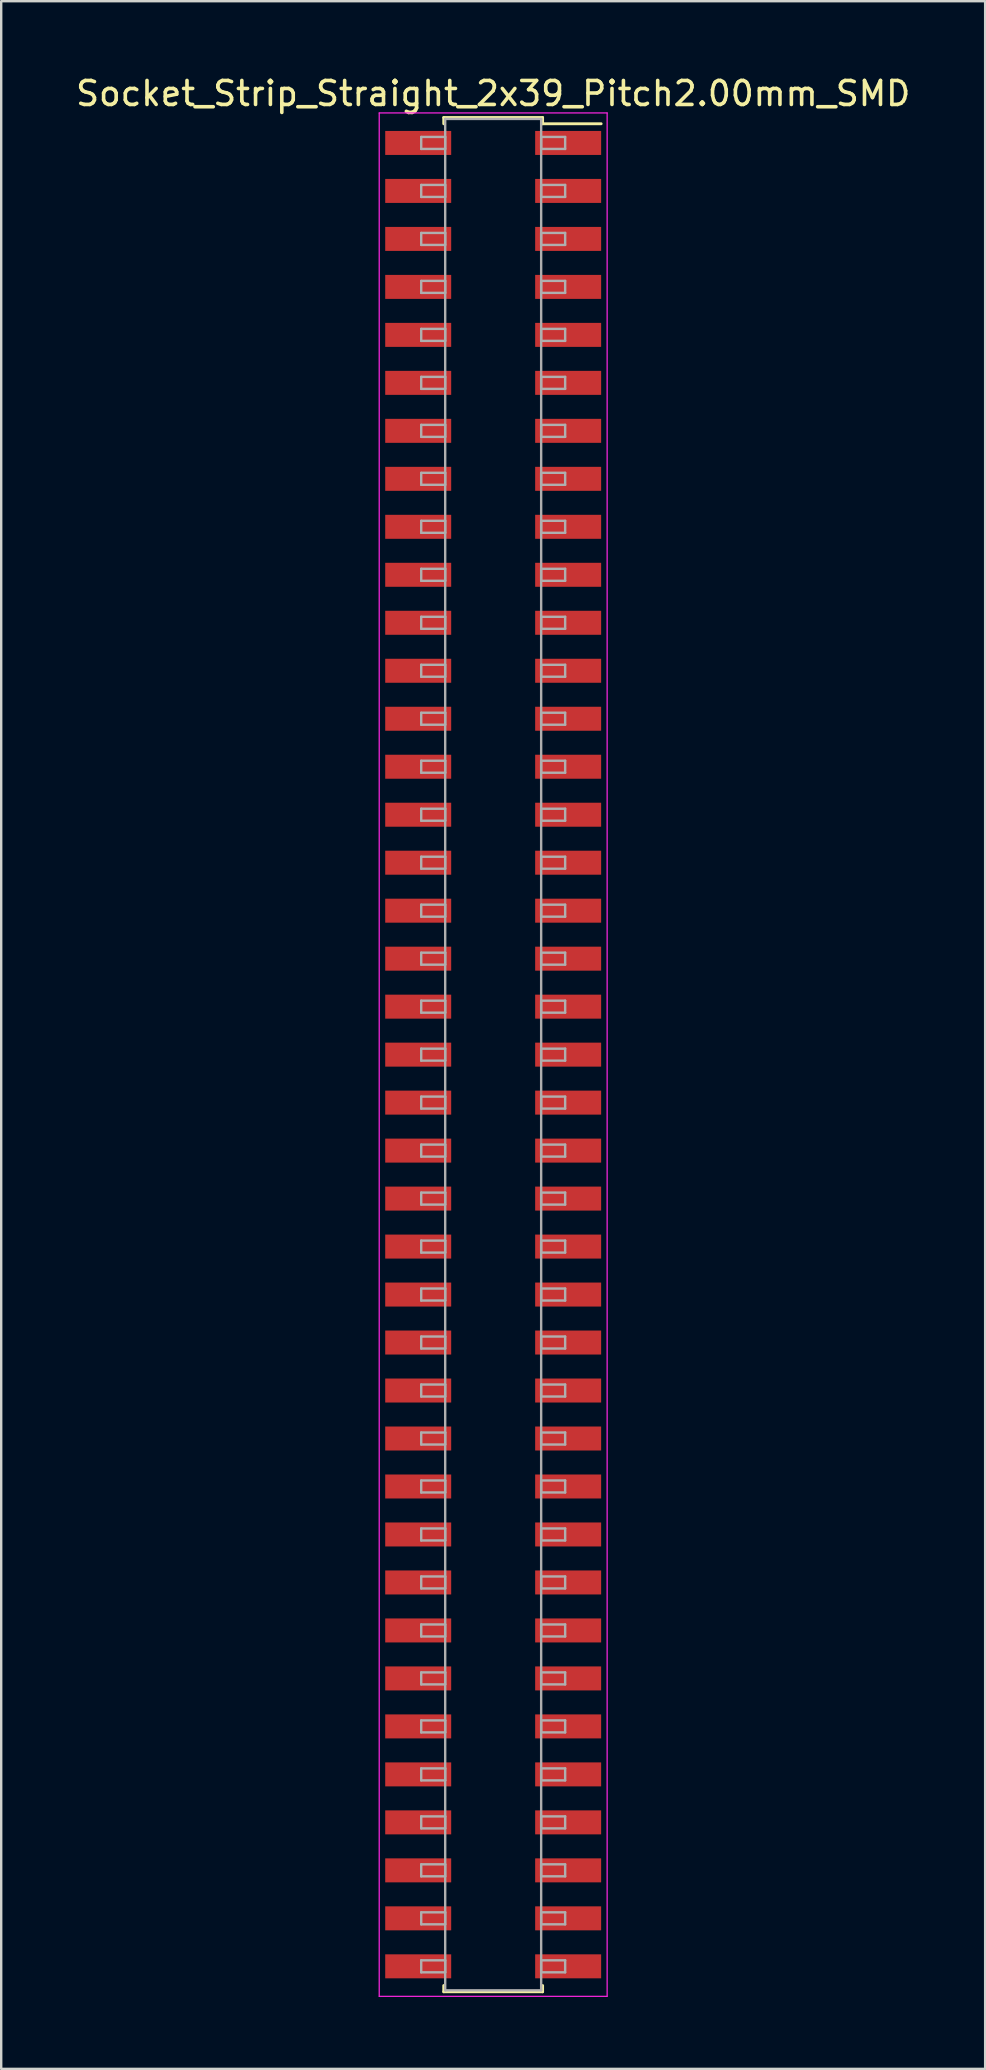
<source format=kicad_pcb>
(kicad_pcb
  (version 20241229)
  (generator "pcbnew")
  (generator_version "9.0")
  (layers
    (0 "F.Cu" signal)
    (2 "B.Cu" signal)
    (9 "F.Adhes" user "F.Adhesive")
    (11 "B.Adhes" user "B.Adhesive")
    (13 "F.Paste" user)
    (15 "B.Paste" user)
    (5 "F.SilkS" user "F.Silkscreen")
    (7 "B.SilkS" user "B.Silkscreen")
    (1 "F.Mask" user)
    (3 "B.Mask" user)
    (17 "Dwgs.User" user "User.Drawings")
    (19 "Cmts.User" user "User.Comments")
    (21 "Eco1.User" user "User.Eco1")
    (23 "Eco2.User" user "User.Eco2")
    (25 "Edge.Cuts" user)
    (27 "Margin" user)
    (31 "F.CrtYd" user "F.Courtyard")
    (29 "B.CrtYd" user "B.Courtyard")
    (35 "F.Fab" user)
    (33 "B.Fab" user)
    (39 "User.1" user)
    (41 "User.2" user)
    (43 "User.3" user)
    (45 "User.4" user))
  (footprint "Socket_Strip_Straight_2x39_Pitch2.00mm_SMD"
    (layer "F.Cu")
    (at 17.506 40.908)
    (property "Reference" "Socket_Strip_Straight_2x39_Pitch2.00mm_SMD" (at 0 -40.06 0) (layer "F.SilkS") (effects (font (size 1 1) (thickness 0.15))))
    (attr smd)
    (fp_line (start -2.06 -39.06) (end 2.06 -39.06) (stroke (width 0.12) (type solid)) (layer "F.SilkS"))
    (fp_line (start -2.06 -38.8) (end -2.06 -39.06) (stroke (width 0.12) (type solid)) (layer "F.SilkS"))
    (fp_line (start -2.06 38.8) (end -2.06 39.06) (stroke (width 0.12) (type solid)) (layer "F.SilkS"))
    (fp_line (start -2.06 39.06) (end 2.06 39.06) (stroke (width 0.12) (type solid)) (layer "F.SilkS"))
    (fp_line (start 2.06 -39.06) (end 2.06 -38.8) (stroke (width 0.12) (type solid)) (layer "F.SilkS"))
    (fp_line (start 2.06 39.06) (end 2.06 38.8) (stroke (width 0.12) (type solid)) (layer "F.SilkS"))
    (fp_line (start 4.5 -38.8) (end 2.06 -38.8) (stroke (width 0.12) (type solid)) (layer "F.SilkS"))
    (fp_line (start -4.75 -39.25) (end -4.75 39.25) (stroke (width 0.05) (type solid)) (layer "F.CrtYd"))
    (fp_line (start -4.75 39.25) (end 4.75 39.25) (stroke (width 0.05) (type solid)) (layer "F.CrtYd"))
    (fp_line (start 4.75 -39.25) (end -4.75 -39.25) (stroke (width 0.05) (type solid)) (layer "F.CrtYd"))
    (fp_line (start 4.75 39.25) (end 4.75 -39.25) (stroke (width 0.05) (type solid)) (layer "F.CrtYd"))
    (fp_line (start -3 -38.25) (end -2 -38.25) (stroke (width 0.1) (type solid)) (layer "F.Fab"))
    (fp_line (start -3 -37.75) (end -3 -38.25) (stroke (width 0.1) (type solid)) (layer "F.Fab"))
    (fp_line (start -3 -36.25) (end -2 -36.25) (stroke (width 0.1) (type solid)) (layer "F.Fab"))
    (fp_line (start -3 -35.75) (end -3 -36.25) (stroke (width 0.1) (type solid)) (layer "F.Fab"))
    (fp_line (start -3 -34.25) (end -2 -34.25) (stroke (width 0.1) (type solid)) (layer "F.Fab"))
    (fp_line (start -3 -33.75) (end -3 -34.25) (stroke (width 0.1) (type solid)) (layer "F.Fab"))
    (fp_line (start -3 -32.25) (end -2 -32.25) (stroke (width 0.1) (type solid)) (layer "F.Fab"))
    (fp_line (start -3 -31.75) (end -3 -32.25) (stroke (width 0.1) (type solid)) (layer "F.Fab"))
    (fp_line (start -3 -30.25) (end -2 -30.25) (stroke (width 0.1) (type solid)) (layer "F.Fab"))
    (fp_line (start -3 -29.75) (end -3 -30.25) (stroke (width 0.1) (type solid)) (layer "F.Fab"))
    (fp_line (start -3 -28.25) (end -2 -28.25) (stroke (width 0.1) (type solid)) (layer "F.Fab"))
    (fp_line (start -3 -27.75) (end -3 -28.25) (stroke (width 0.1) (type solid)) (layer "F.Fab"))
    (fp_line (start -3 -26.25) (end -2 -26.25) (stroke (width 0.1) (type solid)) (layer "F.Fab"))
    (fp_line (start -3 -25.75) (end -3 -26.25) (stroke (width 0.1) (type solid)) (layer "F.Fab"))
    (fp_line (start -3 -24.25) (end -2 -24.25) (stroke (width 0.1) (type solid)) (layer "F.Fab"))
    (fp_line (start -3 -23.75) (end -3 -24.25) (stroke (width 0.1) (type solid)) (layer "F.Fab"))
    (fp_line (start -3 -22.25) (end -2 -22.25) (stroke (width 0.1) (type solid)) (layer "F.Fab"))
    (fp_line (start -3 -21.75) (end -3 -22.25) (stroke (width 0.1) (type solid)) (layer "F.Fab"))
    (fp_line (start -3 -20.25) (end -2 -20.25) (stroke (width 0.1) (type solid)) (layer "F.Fab"))
    (fp_line (start -3 -19.75) (end -3 -20.25) (stroke (width 0.1) (type solid)) (layer "F.Fab"))
    (fp_line (start -3 -18.25) (end -2 -18.25) (stroke (width 0.1) (type solid)) (layer "F.Fab"))
    (fp_line (start -3 -17.75) (end -3 -18.25) (stroke (width 0.1) (type solid)) (layer "F.Fab"))
    (fp_line (start -3 -16.25) (end -2 -16.25) (stroke (width 0.1) (type solid)) (layer "F.Fab"))
    (fp_line (start -3 -15.75) (end -3 -16.25) (stroke (width 0.1) (type solid)) (layer "F.Fab"))
    (fp_line (start -3 -14.25) (end -2 -14.25) (stroke (width 0.1) (type solid)) (layer "F.Fab"))
    (fp_line (start -3 -13.75) (end -3 -14.25) (stroke (width 0.1) (type solid)) (layer "F.Fab"))
    (fp_line (start -3 -12.25) (end -2 -12.25) (stroke (width 0.1) (type solid)) (layer "F.Fab"))
    (fp_line (start -3 -11.75) (end -3 -12.25) (stroke (width 0.1) (type solid)) (layer "F.Fab"))
    (fp_line (start -3 -10.25) (end -2 -10.25) (stroke (width 0.1) (type solid)) (layer "F.Fab"))
    (fp_line (start -3 -9.75) (end -3 -10.25) (stroke (width 0.1) (type solid)) (layer "F.Fab"))
    (fp_line (start -3 -8.25) (end -2 -8.25) (stroke (width 0.1) (type solid)) (layer "F.Fab"))
    (fp_line (start -3 -7.75) (end -3 -8.25) (stroke (width 0.1) (type solid)) (layer "F.Fab"))
    (fp_line (start -3 -6.25) (end -2 -6.25) (stroke (width 0.1) (type solid)) (layer "F.Fab"))
    (fp_line (start -3 -5.75) (end -3 -6.25) (stroke (width 0.1) (type solid)) (layer "F.Fab"))
    (fp_line (start -3 -4.25) (end -2 -4.25) (stroke (width 0.1) (type solid)) (layer "F.Fab"))
    (fp_line (start -3 -3.75) (end -3 -4.25) (stroke (width 0.1) (type solid)) (layer "F.Fab"))
    (fp_line (start -3 -2.25) (end -2 -2.25) (stroke (width 0.1) (type solid)) (layer "F.Fab"))
    (fp_line (start -3 -1.75) (end -3 -2.25) (stroke (width 0.1) (type solid)) (layer "F.Fab"))
    (fp_line (start -3 -0.25) (end -2 -0.25) (stroke (width 0.1) (type solid)) (layer "F.Fab"))
    (fp_line (start -3 0.25) (end -3 -0.25) (stroke (width 0.1) (type solid)) (layer "F.Fab"))
    (fp_line (start -3 1.75) (end -2 1.75) (stroke (width 0.1) (type solid)) (layer "F.Fab"))
    (fp_line (start -3 2.25) (end -3 1.75) (stroke (width 0.1) (type solid)) (layer "F.Fab"))
    (fp_line (start -3 3.75) (end -2 3.75) (stroke (width 0.1) (type solid)) (layer "F.Fab"))
    (fp_line (start -3 4.25) (end -3 3.75) (stroke (width 0.1) (type solid)) (layer "F.Fab"))
    (fp_line (start -3 5.75) (end -2 5.75) (stroke (width 0.1) (type solid)) (layer "F.Fab"))
    (fp_line (start -3 6.25) (end -3 5.75) (stroke (width 0.1) (type solid)) (layer "F.Fab"))
    (fp_line (start -3 7.75) (end -2 7.75) (stroke (width 0.1) (type solid)) (layer "F.Fab"))
    (fp_line (start -3 8.25) (end -3 7.75) (stroke (width 0.1) (type solid)) (layer "F.Fab"))
    (fp_line (start -3 9.75) (end -2 9.75) (stroke (width 0.1) (type solid)) (layer "F.Fab"))
    (fp_line (start -3 10.25) (end -3 9.75) (stroke (width 0.1) (type solid)) (layer "F.Fab"))
    (fp_line (start -3 11.75) (end -2 11.75) (stroke (width 0.1) (type solid)) (layer "F.Fab"))
    (fp_line (start -3 12.25) (end -3 11.75) (stroke (width 0.1) (type solid)) (layer "F.Fab"))
    (fp_line (start -3 13.75) (end -2 13.75) (stroke (width 0.1) (type solid)) (layer "F.Fab"))
    (fp_line (start -3 14.25) (end -3 13.75) (stroke (width 0.1) (type solid)) (layer "F.Fab"))
    (fp_line (start -3 15.75) (end -2 15.75) (stroke (width 0.1) (type solid)) (layer "F.Fab"))
    (fp_line (start -3 16.25) (end -3 15.75) (stroke (width 0.1) (type solid)) (layer "F.Fab"))
    (fp_line (start -3 17.75) (end -2 17.75) (stroke (width 0.1) (type solid)) (layer "F.Fab"))
    (fp_line (start -3 18.25) (end -3 17.75) (stroke (width 0.1) (type solid)) (layer "F.Fab"))
    (fp_line (start -3 19.75) (end -2 19.75) (stroke (width 0.1) (type solid)) (layer "F.Fab"))
    (fp_line (start -3 20.25) (end -3 19.75) (stroke (width 0.1) (type solid)) (layer "F.Fab"))
    (fp_line (start -3 21.75) (end -2 21.75) (stroke (width 0.1) (type solid)) (layer "F.Fab"))
    (fp_line (start -3 22.25) (end -3 21.75) (stroke (width 0.1) (type solid)) (layer "F.Fab"))
    (fp_line (start -3 23.75) (end -2 23.75) (stroke (width 0.1) (type solid)) (layer "F.Fab"))
    (fp_line (start -3 24.25) (end -3 23.75) (stroke (width 0.1) (type solid)) (layer "F.Fab"))
    (fp_line (start -3 25.75) (end -2 25.75) (stroke (width 0.1) (type solid)) (layer "F.Fab"))
    (fp_line (start -3 26.25) (end -3 25.75) (stroke (width 0.1) (type solid)) (layer "F.Fab"))
    (fp_line (start -3 27.75) (end -2 27.75) (stroke (width 0.1) (type solid)) (layer "F.Fab"))
    (fp_line (start -3 28.25) (end -3 27.75) (stroke (width 0.1) (type solid)) (layer "F.Fab"))
    (fp_line (start -3 29.75) (end -2 29.75) (stroke (width 0.1) (type solid)) (layer "F.Fab"))
    (fp_line (start -3 30.25) (end -3 29.75) (stroke (width 0.1) (type solid)) (layer "F.Fab"))
    (fp_line (start -3 31.75) (end -2 31.75) (stroke (width 0.1) (type solid)) (layer "F.Fab"))
    (fp_line (start -3 32.25) (end -3 31.75) (stroke (width 0.1) (type solid)) (layer "F.Fab"))
    (fp_line (start -3 33.75) (end -2 33.75) (stroke (width 0.1) (type solid)) (layer "F.Fab"))
    (fp_line (start -3 34.25) (end -3 33.75) (stroke (width 0.1) (type solid)) (layer "F.Fab"))
    (fp_line (start -3 35.75) (end -2 35.75) (stroke (width 0.1) (type solid)) (layer "F.Fab"))
    (fp_line (start -3 36.25) (end -3 35.75) (stroke (width 0.1) (type solid)) (layer "F.Fab"))
    (fp_line (start -3 37.75) (end -2 37.75) (stroke (width 0.1) (type solid)) (layer "F.Fab"))
    (fp_line (start -3 38.25) (end -3 37.75) (stroke (width 0.1) (type solid)) (layer "F.Fab"))
    (fp_line (start -2 -39) (end -2 39) (stroke (width 0.1) (type solid)) (layer "F.Fab"))
    (fp_line (start -2 -38.25) (end -2 -37.75) (stroke (width 0.1) (type solid)) (layer "F.Fab"))
    (fp_line (start -2 -37.75) (end -3 -37.75) (stroke (width 0.1) (type solid)) (layer "F.Fab"))
    (fp_line (start -2 -36.25) (end -2 -35.75) (stroke (width 0.1) (type solid)) (layer "F.Fab"))
    (fp_line (start -2 -35.75) (end -3 -35.75) (stroke (width 0.1) (type solid)) (layer "F.Fab"))
    (fp_line (start -2 -34.25) (end -2 -33.75) (stroke (width 0.1) (type solid)) (layer "F.Fab"))
    (fp_line (start -2 -33.75) (end -3 -33.75) (stroke (width 0.1) (type solid)) (layer "F.Fab"))
    (fp_line (start -2 -32.25) (end -2 -31.75) (stroke (width 0.1) (type solid)) (layer "F.Fab"))
    (fp_line (start -2 -31.75) (end -3 -31.75) (stroke (width 0.1) (type solid)) (layer "F.Fab"))
    (fp_line (start -2 -30.25) (end -2 -29.75) (stroke (width 0.1) (type solid)) (layer "F.Fab"))
    (fp_line (start -2 -29.75) (end -3 -29.75) (stroke (width 0.1) (type solid)) (layer "F.Fab"))
    (fp_line (start -2 -28.25) (end -2 -27.75) (stroke (width 0.1) (type solid)) (layer "F.Fab"))
    (fp_line (start -2 -27.75) (end -3 -27.75) (stroke (width 0.1) (type solid)) (layer "F.Fab"))
    (fp_line (start -2 -26.25) (end -2 -25.75) (stroke (width 0.1) (type solid)) (layer "F.Fab"))
    (fp_line (start -2 -25.75) (end -3 -25.75) (stroke (width 0.1) (type solid)) (layer "F.Fab"))
    (fp_line (start -2 -24.25) (end -2 -23.75) (stroke (width 0.1) (type solid)) (layer "F.Fab"))
    (fp_line (start -2 -23.75) (end -3 -23.75) (stroke (width 0.1) (type solid)) (layer "F.Fab"))
    (fp_line (start -2 -22.25) (end -2 -21.75) (stroke (width 0.1) (type solid)) (layer "F.Fab"))
    (fp_line (start -2 -21.75) (end -3 -21.75) (stroke (width 0.1) (type solid)) (layer "F.Fab"))
    (fp_line (start -2 -20.25) (end -2 -19.75) (stroke (width 0.1) (type solid)) (layer "F.Fab"))
    (fp_line (start -2 -19.75) (end -3 -19.75) (stroke (width 0.1) (type solid)) (layer "F.Fab"))
    (fp_line (start -2 -18.25) (end -2 -17.75) (stroke (width 0.1) (type solid)) (layer "F.Fab"))
    (fp_line (start -2 -17.75) (end -3 -17.75) (stroke (width 0.1) (type solid)) (layer "F.Fab"))
    (fp_line (start -2 -16.25) (end -2 -15.75) (stroke (width 0.1) (type solid)) (layer "F.Fab"))
    (fp_line (start -2 -15.75) (end -3 -15.75) (stroke (width 0.1) (type solid)) (layer "F.Fab"))
    (fp_line (start -2 -14.25) (end -2 -13.75) (stroke (width 0.1) (type solid)) (layer "F.Fab"))
    (fp_line (start -2 -13.75) (end -3 -13.75) (stroke (width 0.1) (type solid)) (layer "F.Fab"))
    (fp_line (start -2 -12.25) (end -2 -11.75) (stroke (width 0.1) (type solid)) (layer "F.Fab"))
    (fp_line (start -2 -11.75) (end -3 -11.75) (stroke (width 0.1) (type solid)) (layer "F.Fab"))
    (fp_line (start -2 -10.25) (end -2 -9.75) (stroke (width 0.1) (type solid)) (layer "F.Fab"))
    (fp_line (start -2 -9.75) (end -3 -9.75) (stroke (width 0.1) (type solid)) (layer "F.Fab"))
    (fp_line (start -2 -8.25) (end -2 -7.75) (stroke (width 0.1) (type solid)) (layer "F.Fab"))
    (fp_line (start -2 -7.75) (end -3 -7.75) (stroke (width 0.1) (type solid)) (layer "F.Fab"))
    (fp_line (start -2 -6.25) (end -2 -5.75) (stroke (width 0.1) (type solid)) (layer "F.Fab"))
    (fp_line (start -2 -5.75) (end -3 -5.75) (stroke (width 0.1) (type solid)) (layer "F.Fab"))
    (fp_line (start -2 -4.25) (end -2 -3.75) (stroke (width 0.1) (type solid)) (layer "F.Fab"))
    (fp_line (start -2 -3.75) (end -3 -3.75) (stroke (width 0.1) (type solid)) (layer "F.Fab"))
    (fp_line (start -2 -2.25) (end -2 -1.75) (stroke (width 0.1) (type solid)) (layer "F.Fab"))
    (fp_line (start -2 -1.75) (end -3 -1.75) (stroke (width 0.1) (type solid)) (layer "F.Fab"))
    (fp_line (start -2 -0.25) (end -2 0.25) (stroke (width 0.1) (type solid)) (layer "F.Fab"))
    (fp_line (start -2 0.25) (end -3 0.25) (stroke (width 0.1) (type solid)) (layer "F.Fab"))
    (fp_line (start -2 1.75) (end -2 2.25) (stroke (width 0.1) (type solid)) (layer "F.Fab"))
    (fp_line (start -2 2.25) (end -3 2.25) (stroke (width 0.1) (type solid)) (layer "F.Fab"))
    (fp_line (start -2 3.75) (end -2 4.25) (stroke (width 0.1) (type solid)) (layer "F.Fab"))
    (fp_line (start -2 4.25) (end -3 4.25) (stroke (width 0.1) (type solid)) (layer "F.Fab"))
    (fp_line (start -2 5.75) (end -2 6.25) (stroke (width 0.1) (type solid)) (layer "F.Fab"))
    (fp_line (start -2 6.25) (end -3 6.25) (stroke (width 0.1) (type solid)) (layer "F.Fab"))
    (fp_line (start -2 7.75) (end -2 8.25) (stroke (width 0.1) (type solid)) (layer "F.Fab"))
    (fp_line (start -2 8.25) (end -3 8.25) (stroke (width 0.1) (type solid)) (layer "F.Fab"))
    (fp_line (start -2 9.75) (end -2 10.25) (stroke (width 0.1) (type solid)) (layer "F.Fab"))
    (fp_line (start -2 10.25) (end -3 10.25) (stroke (width 0.1) (type solid)) (layer "F.Fab"))
    (fp_line (start -2 11.75) (end -2 12.25) (stroke (width 0.1) (type solid)) (layer "F.Fab"))
    (fp_line (start -2 12.25) (end -3 12.25) (stroke (width 0.1) (type solid)) (layer "F.Fab"))
    (fp_line (start -2 13.75) (end -2 14.25) (stroke (width 0.1) (type solid)) (layer "F.Fab"))
    (fp_line (start -2 14.25) (end -3 14.25) (stroke (width 0.1) (type solid)) (layer "F.Fab"))
    (fp_line (start -2 15.75) (end -2 16.25) (stroke (width 0.1) (type solid)) (layer "F.Fab"))
    (fp_line (start -2 16.25) (end -3 16.25) (stroke (width 0.1) (type solid)) (layer "F.Fab"))
    (fp_line (start -2 17.75) (end -2 18.25) (stroke (width 0.1) (type solid)) (layer "F.Fab"))
    (fp_line (start -2 18.25) (end -3 18.25) (stroke (width 0.1) (type solid)) (layer "F.Fab"))
    (fp_line (start -2 19.75) (end -2 20.25) (stroke (width 0.1) (type solid)) (layer "F.Fab"))
    (fp_line (start -2 20.25) (end -3 20.25) (stroke (width 0.1) (type solid)) (layer "F.Fab"))
    (fp_line (start -2 21.75) (end -2 22.25) (stroke (width 0.1) (type solid)) (layer "F.Fab"))
    (fp_line (start -2 22.25) (end -3 22.25) (stroke (width 0.1) (type solid)) (layer "F.Fab"))
    (fp_line (start -2 23.75) (end -2 24.25) (stroke (width 0.1) (type solid)) (layer "F.Fab"))
    (fp_line (start -2 24.25) (end -3 24.25) (stroke (width 0.1) (type solid)) (layer "F.Fab"))
    (fp_line (start -2 25.75) (end -2 26.25) (stroke (width 0.1) (type solid)) (layer "F.Fab"))
    (fp_line (start -2 26.25) (end -3 26.25) (stroke (width 0.1) (type solid)) (layer "F.Fab"))
    (fp_line (start -2 27.75) (end -2 28.25) (stroke (width 0.1) (type solid)) (layer "F.Fab"))
    (fp_line (start -2 28.25) (end -3 28.25) (stroke (width 0.1) (type solid)) (layer "F.Fab"))
    (fp_line (start -2 29.75) (end -2 30.25) (stroke (width 0.1) (type solid)) (layer "F.Fab"))
    (fp_line (start -2 30.25) (end -3 30.25) (stroke (width 0.1) (type solid)) (layer "F.Fab"))
    (fp_line (start -2 31.75) (end -2 32.25) (stroke (width 0.1) (type solid)) (layer "F.Fab"))
    (fp_line (start -2 32.25) (end -3 32.25) (stroke (width 0.1) (type solid)) (layer "F.Fab"))
    (fp_line (start -2 33.75) (end -2 34.25) (stroke (width 0.1) (type solid)) (layer "F.Fab"))
    (fp_line (start -2 34.25) (end -3 34.25) (stroke (width 0.1) (type solid)) (layer "F.Fab"))
    (fp_line (start -2 35.75) (end -2 36.25) (stroke (width 0.1) (type solid)) (layer "F.Fab"))
    (fp_line (start -2 36.25) (end -3 36.25) (stroke (width 0.1) (type solid)) (layer "F.Fab"))
    (fp_line (start -2 37.75) (end -2 38.25) (stroke (width 0.1) (type solid)) (layer "F.Fab"))
    (fp_line (start -2 38.25) (end -3 38.25) (stroke (width 0.1) (type solid)) (layer "F.Fab"))
    (fp_line (start -2 39) (end 2 39) (stroke (width 0.1) (type solid)) (layer "F.Fab"))
    (fp_line (start 2 -39) (end -2 -39) (stroke (width 0.1) (type solid)) (layer "F.Fab"))
    (fp_line (start 2 -38.25) (end 2 -37.75) (stroke (width 0.1) (type solid)) (layer "F.Fab"))
    (fp_line (start 2 -37.75) (end 3 -37.75) (stroke (width 0.1) (type solid)) (layer "F.Fab"))
    (fp_line (start 2 -36.25) (end 2 -35.75) (stroke (width 0.1) (type solid)) (layer "F.Fab"))
    (fp_line (start 2 -35.75) (end 3 -35.75) (stroke (width 0.1) (type solid)) (layer "F.Fab"))
    (fp_line (start 2 -34.25) (end 2 -33.75) (stroke (width 0.1) (type solid)) (layer "F.Fab"))
    (fp_line (start 2 -33.75) (end 3 -33.75) (stroke (width 0.1) (type solid)) (layer "F.Fab"))
    (fp_line (start 2 -32.25) (end 2 -31.75) (stroke (width 0.1) (type solid)) (layer "F.Fab"))
    (fp_line (start 2 -31.75) (end 3 -31.75) (stroke (width 0.1) (type solid)) (layer "F.Fab"))
    (fp_line (start 2 -30.25) (end 2 -29.75) (stroke (width 0.1) (type solid)) (layer "F.Fab"))
    (fp_line (start 2 -29.75) (end 3 -29.75) (stroke (width 0.1) (type solid)) (layer "F.Fab"))
    (fp_line (start 2 -28.25) (end 2 -27.75) (stroke (width 0.1) (type solid)) (layer "F.Fab"))
    (fp_line (start 2 -27.75) (end 3 -27.75) (stroke (width 0.1) (type solid)) (layer "F.Fab"))
    (fp_line (start 2 -26.25) (end 2 -25.75) (stroke (width 0.1) (type solid)) (layer "F.Fab"))
    (fp_line (start 2 -25.75) (end 3 -25.75) (stroke (width 0.1) (type solid)) (layer "F.Fab"))
    (fp_line (start 2 -24.25) (end 2 -23.75) (stroke (width 0.1) (type solid)) (layer "F.Fab"))
    (fp_line (start 2 -23.75) (end 3 -23.75) (stroke (width 0.1) (type solid)) (layer "F.Fab"))
    (fp_line (start 2 -22.25) (end 2 -21.75) (stroke (width 0.1) (type solid)) (layer "F.Fab"))
    (fp_line (start 2 -21.75) (end 3 -21.75) (stroke (width 0.1) (type solid)) (layer "F.Fab"))
    (fp_line (start 2 -20.25) (end 2 -19.75) (stroke (width 0.1) (type solid)) (layer "F.Fab"))
    (fp_line (start 2 -19.75) (end 3 -19.75) (stroke (width 0.1) (type solid)) (layer "F.Fab"))
    (fp_line (start 2 -18.25) (end 2 -17.75) (stroke (width 0.1) (type solid)) (layer "F.Fab"))
    (fp_line (start 2 -17.75) (end 3 -17.75) (stroke (width 0.1) (type solid)) (layer "F.Fab"))
    (fp_line (start 2 -16.25) (end 2 -15.75) (stroke (width 0.1) (type solid)) (layer "F.Fab"))
    (fp_line (start 2 -15.75) (end 3 -15.75) (stroke (width 0.1) (type solid)) (layer "F.Fab"))
    (fp_line (start 2 -14.25) (end 2 -13.75) (stroke (width 0.1) (type solid)) (layer "F.Fab"))
    (fp_line (start 2 -13.75) (end 3 -13.75) (stroke (width 0.1) (type solid)) (layer "F.Fab"))
    (fp_line (start 2 -12.25) (end 2 -11.75) (stroke (width 0.1) (type solid)) (layer "F.Fab"))
    (fp_line (start 2 -11.75) (end 3 -11.75) (stroke (width 0.1) (type solid)) (layer "F.Fab"))
    (fp_line (start 2 -10.25) (end 2 -9.75) (stroke (width 0.1) (type solid)) (layer "F.Fab"))
    (fp_line (start 2 -9.75) (end 3 -9.75) (stroke (width 0.1) (type solid)) (layer "F.Fab"))
    (fp_line (start 2 -8.25) (end 2 -7.75) (stroke (width 0.1) (type solid)) (layer "F.Fab"))
    (fp_line (start 2 -7.75) (end 3 -7.75) (stroke (width 0.1) (type solid)) (layer "F.Fab"))
    (fp_line (start 2 -6.25) (end 2 -5.75) (stroke (width 0.1) (type solid)) (layer "F.Fab"))
    (fp_line (start 2 -5.75) (end 3 -5.75) (stroke (width 0.1) (type solid)) (layer "F.Fab"))
    (fp_line (start 2 -4.25) (end 2 -3.75) (stroke (width 0.1) (type solid)) (layer "F.Fab"))
    (fp_line (start 2 -3.75) (end 3 -3.75) (stroke (width 0.1) (type solid)) (layer "F.Fab"))
    (fp_line (start 2 -2.25) (end 2 -1.75) (stroke (width 0.1) (type solid)) (layer "F.Fab"))
    (fp_line (start 2 -1.75) (end 3 -1.75) (stroke (width 0.1) (type solid)) (layer "F.Fab"))
    (fp_line (start 2 -0.25) (end 2 0.25) (stroke (width 0.1) (type solid)) (layer "F.Fab"))
    (fp_line (start 2 0.25) (end 3 0.25) (stroke (width 0.1) (type solid)) (layer "F.Fab"))
    (fp_line (start 2 1.75) (end 2 2.25) (stroke (width 0.1) (type solid)) (layer "F.Fab"))
    (fp_line (start 2 2.25) (end 3 2.25) (stroke (width 0.1) (type solid)) (layer "F.Fab"))
    (fp_line (start 2 3.75) (end 2 4.25) (stroke (width 0.1) (type solid)) (layer "F.Fab"))
    (fp_line (start 2 4.25) (end 3 4.25) (stroke (width 0.1) (type solid)) (layer "F.Fab"))
    (fp_line (start 2 5.75) (end 2 6.25) (stroke (width 0.1) (type solid)) (layer "F.Fab"))
    (fp_line (start 2 6.25) (end 3 6.25) (stroke (width 0.1) (type solid)) (layer "F.Fab"))
    (fp_line (start 2 7.75) (end 2 8.25) (stroke (width 0.1) (type solid)) (layer "F.Fab"))
    (fp_line (start 2 8.25) (end 3 8.25) (stroke (width 0.1) (type solid)) (layer "F.Fab"))
    (fp_line (start 2 9.75) (end 2 10.25) (stroke (width 0.1) (type solid)) (layer "F.Fab"))
    (fp_line (start 2 10.25) (end 3 10.25) (stroke (width 0.1) (type solid)) (layer "F.Fab"))
    (fp_line (start 2 11.75) (end 2 12.25) (stroke (width 0.1) (type solid)) (layer "F.Fab"))
    (fp_line (start 2 12.25) (end 3 12.25) (stroke (width 0.1) (type solid)) (layer "F.Fab"))
    (fp_line (start 2 13.75) (end 2 14.25) (stroke (width 0.1) (type solid)) (layer "F.Fab"))
    (fp_line (start 2 14.25) (end 3 14.25) (stroke (width 0.1) (type solid)) (layer "F.Fab"))
    (fp_line (start 2 15.75) (end 2 16.25) (stroke (width 0.1) (type solid)) (layer "F.Fab"))
    (fp_line (start 2 16.25) (end 3 16.25) (stroke (width 0.1) (type solid)) (layer "F.Fab"))
    (fp_line (start 2 17.75) (end 2 18.25) (stroke (width 0.1) (type solid)) (layer "F.Fab"))
    (fp_line (start 2 18.25) (end 3 18.25) (stroke (width 0.1) (type solid)) (layer "F.Fab"))
    (fp_line (start 2 19.75) (end 2 20.25) (stroke (width 0.1) (type solid)) (layer "F.Fab"))
    (fp_line (start 2 20.25) (end 3 20.25) (stroke (width 0.1) (type solid)) (layer "F.Fab"))
    (fp_line (start 2 21.75) (end 2 22.25) (stroke (width 0.1) (type solid)) (layer "F.Fab"))
    (fp_line (start 2 22.25) (end 3 22.25) (stroke (width 0.1) (type solid)) (layer "F.Fab"))
    (fp_line (start 2 23.75) (end 2 24.25) (stroke (width 0.1) (type solid)) (layer "F.Fab"))
    (fp_line (start 2 24.25) (end 3 24.25) (stroke (width 0.1) (type solid)) (layer "F.Fab"))
    (fp_line (start 2 25.75) (end 2 26.25) (stroke (width 0.1) (type solid)) (layer "F.Fab"))
    (fp_line (start 2 26.25) (end 3 26.25) (stroke (width 0.1) (type solid)) (layer "F.Fab"))
    (fp_line (start 2 27.75) (end 2 28.25) (stroke (width 0.1) (type solid)) (layer "F.Fab"))
    (fp_line (start 2 28.25) (end 3 28.25) (stroke (width 0.1) (type solid)) (layer "F.Fab"))
    (fp_line (start 2 29.75) (end 2 30.25) (stroke (width 0.1) (type solid)) (layer "F.Fab"))
    (fp_line (start 2 30.25) (end 3 30.25) (stroke (width 0.1) (type solid)) (layer "F.Fab"))
    (fp_line (start 2 31.75) (end 2 32.25) (stroke (width 0.1) (type solid)) (layer "F.Fab"))
    (fp_line (start 2 32.25) (end 3 32.25) (stroke (width 0.1) (type solid)) (layer "F.Fab"))
    (fp_line (start 2 33.75) (end 2 34.25) (stroke (width 0.1) (type solid)) (layer "F.Fab"))
    (fp_line (start 2 34.25) (end 3 34.25) (stroke (width 0.1) (type solid)) (layer "F.Fab"))
    (fp_line (start 2 35.75) (end 2 36.25) (stroke (width 0.1) (type solid)) (layer "F.Fab"))
    (fp_line (start 2 36.25) (end 3 36.25) (stroke (width 0.1) (type solid)) (layer "F.Fab"))
    (fp_line (start 2 37.75) (end 2 38.25) (stroke (width 0.1) (type solid)) (layer "F.Fab"))
    (fp_line (start 2 38.25) (end 3 38.25) (stroke (width 0.1) (type solid)) (layer "F.Fab"))
    (fp_line (start 2 39) (end 2 -39) (stroke (width 0.1) (type solid)) (layer "F.Fab"))
    (fp_line (start 3 -38.25) (end 2 -38.25) (stroke (width 0.1) (type solid)) (layer "F.Fab"))
    (fp_line (start 3 -37.75) (end 3 -38.25) (stroke (width 0.1) (type solid)) (layer "F.Fab"))
    (fp_line (start 3 -36.25) (end 2 -36.25) (stroke (width 0.1) (type solid)) (layer "F.Fab"))
    (fp_line (start 3 -35.75) (end 3 -36.25) (stroke (width 0.1) (type solid)) (layer "F.Fab"))
    (fp_line (start 3 -34.25) (end 2 -34.25) (stroke (width 0.1) (type solid)) (layer "F.Fab"))
    (fp_line (start 3 -33.75) (end 3 -34.25) (stroke (width 0.1) (type solid)) (layer "F.Fab"))
    (fp_line (start 3 -32.25) (end 2 -32.25) (stroke (width 0.1) (type solid)) (layer "F.Fab"))
    (fp_line (start 3 -31.75) (end 3 -32.25) (stroke (width 0.1) (type solid)) (layer "F.Fab"))
    (fp_line (start 3 -30.25) (end 2 -30.25) (stroke (width 0.1) (type solid)) (layer "F.Fab"))
    (fp_line (start 3 -29.75) (end 3 -30.25) (stroke (width 0.1) (type solid)) (layer "F.Fab"))
    (fp_line (start 3 -28.25) (end 2 -28.25) (stroke (width 0.1) (type solid)) (layer "F.Fab"))
    (fp_line (start 3 -27.75) (end 3 -28.25) (stroke (width 0.1) (type solid)) (layer "F.Fab"))
    (fp_line (start 3 -26.25) (end 2 -26.25) (stroke (width 0.1) (type solid)) (layer "F.Fab"))
    (fp_line (start 3 -25.75) (end 3 -26.25) (stroke (width 0.1) (type solid)) (layer "F.Fab"))
    (fp_line (start 3 -24.25) (end 2 -24.25) (stroke (width 0.1) (type solid)) (layer "F.Fab"))
    (fp_line (start 3 -23.75) (end 3 -24.25) (stroke (width 0.1) (type solid)) (layer "F.Fab"))
    (fp_line (start 3 -22.25) (end 2 -22.25) (stroke (width 0.1) (type solid)) (layer "F.Fab"))
    (fp_line (start 3 -21.75) (end 3 -22.25) (stroke (width 0.1) (type solid)) (layer "F.Fab"))
    (fp_line (start 3 -20.25) (end 2 -20.25) (stroke (width 0.1) (type solid)) (layer "F.Fab"))
    (fp_line (start 3 -19.75) (end 3 -20.25) (stroke (width 0.1) (type solid)) (layer "F.Fab"))
    (fp_line (start 3 -18.25) (end 2 -18.25) (stroke (width 0.1) (type solid)) (layer "F.Fab"))
    (fp_line (start 3 -17.75) (end 3 -18.25) (stroke (width 0.1) (type solid)) (layer "F.Fab"))
    (fp_line (start 3 -16.25) (end 2 -16.25) (stroke (width 0.1) (type solid)) (layer "F.Fab"))
    (fp_line (start 3 -15.75) (end 3 -16.25) (stroke (width 0.1) (type solid)) (layer "F.Fab"))
    (fp_line (start 3 -14.25) (end 2 -14.25) (stroke (width 0.1) (type solid)) (layer "F.Fab"))
    (fp_line (start 3 -13.75) (end 3 -14.25) (stroke (width 0.1) (type solid)) (layer "F.Fab"))
    (fp_line (start 3 -12.25) (end 2 -12.25) (stroke (width 0.1) (type solid)) (layer "F.Fab"))
    (fp_line (start 3 -11.75) (end 3 -12.25) (stroke (width 0.1) (type solid)) (layer "F.Fab"))
    (fp_line (start 3 -10.25) (end 2 -10.25) (stroke (width 0.1) (type solid)) (layer "F.Fab"))
    (fp_line (start 3 -9.75) (end 3 -10.25) (stroke (width 0.1) (type solid)) (layer "F.Fab"))
    (fp_line (start 3 -8.25) (end 2 -8.25) (stroke (width 0.1) (type solid)) (layer "F.Fab"))
    (fp_line (start 3 -7.75) (end 3 -8.25) (stroke (width 0.1) (type solid)) (layer "F.Fab"))
    (fp_line (start 3 -6.25) (end 2 -6.25) (stroke (width 0.1) (type solid)) (layer "F.Fab"))
    (fp_line (start 3 -5.75) (end 3 -6.25) (stroke (width 0.1) (type solid)) (layer "F.Fab"))
    (fp_line (start 3 -4.25) (end 2 -4.25) (stroke (width 0.1) (type solid)) (layer "F.Fab"))
    (fp_line (start 3 -3.75) (end 3 -4.25) (stroke (width 0.1) (type solid)) (layer "F.Fab"))
    (fp_line (start 3 -2.25) (end 2 -2.25) (stroke (width 0.1) (type solid)) (layer "F.Fab"))
    (fp_line (start 3 -1.75) (end 3 -2.25) (stroke (width 0.1) (type solid)) (layer "F.Fab"))
    (fp_line (start 3 -0.25) (end 2 -0.25) (stroke (width 0.1) (type solid)) (layer "F.Fab"))
    (fp_line (start 3 0.25) (end 3 -0.25) (stroke (width 0.1) (type solid)) (layer "F.Fab"))
    (fp_line (start 3 1.75) (end 2 1.75) (stroke (width 0.1) (type solid)) (layer "F.Fab"))
    (fp_line (start 3 2.25) (end 3 1.75) (stroke (width 0.1) (type solid)) (layer "F.Fab"))
    (fp_line (start 3 3.75) (end 2 3.75) (stroke (width 0.1) (type solid)) (layer "F.Fab"))
    (fp_line (start 3 4.25) (end 3 3.75) (stroke (width 0.1) (type solid)) (layer "F.Fab"))
    (fp_line (start 3 5.75) (end 2 5.75) (stroke (width 0.1) (type solid)) (layer "F.Fab"))
    (fp_line (start 3 6.25) (end 3 5.75) (stroke (width 0.1) (type solid)) (layer "F.Fab"))
    (fp_line (start 3 7.75) (end 2 7.75) (stroke (width 0.1) (type solid)) (layer "F.Fab"))
    (fp_line (start 3 8.25) (end 3 7.75) (stroke (width 0.1) (type solid)) (layer "F.Fab"))
    (fp_line (start 3 9.75) (end 2 9.75) (stroke (width 0.1) (type solid)) (layer "F.Fab"))
    (fp_line (start 3 10.25) (end 3 9.75) (stroke (width 0.1) (type solid)) (layer "F.Fab"))
    (fp_line (start 3 11.75) (end 2 11.75) (stroke (width 0.1) (type solid)) (layer "F.Fab"))
    (fp_line (start 3 12.25) (end 3 11.75) (stroke (width 0.1) (type solid)) (layer "F.Fab"))
    (fp_line (start 3 13.75) (end 2 13.75) (stroke (width 0.1) (type solid)) (layer "F.Fab"))
    (fp_line (start 3 14.25) (end 3 13.75) (stroke (width 0.1) (type solid)) (layer "F.Fab"))
    (fp_line (start 3 15.75) (end 2 15.75) (stroke (width 0.1) (type solid)) (layer "F.Fab"))
    (fp_line (start 3 16.25) (end 3 15.75) (stroke (width 0.1) (type solid)) (layer "F.Fab"))
    (fp_line (start 3 17.75) (end 2 17.75) (stroke (width 0.1) (type solid)) (layer "F.Fab"))
    (fp_line (start 3 18.25) (end 3 17.75) (stroke (width 0.1) (type solid)) (layer "F.Fab"))
    (fp_line (start 3 19.75) (end 2 19.75) (stroke (width 0.1) (type solid)) (layer "F.Fab"))
    (fp_line (start 3 20.25) (end 3 19.75) (stroke (width 0.1) (type solid)) (layer "F.Fab"))
    (fp_line (start 3 21.75) (end 2 21.75) (stroke (width 0.1) (type solid)) (layer "F.Fab"))
    (fp_line (start 3 22.25) (end 3 21.75) (stroke (width 0.1) (type solid)) (layer "F.Fab"))
    (fp_line (start 3 23.75) (end 2 23.75) (stroke (width 0.1) (type solid)) (layer "F.Fab"))
    (fp_line (start 3 24.25) (end 3 23.75) (stroke (width 0.1) (type solid)) (layer "F.Fab"))
    (fp_line (start 3 25.75) (end 2 25.75) (stroke (width 0.1) (type solid)) (layer "F.Fab"))
    (fp_line (start 3 26.25) (end 3 25.75) (stroke (width 0.1) (type solid)) (layer "F.Fab"))
    (fp_line (start 3 27.75) (end 2 27.75) (stroke (width 0.1) (type solid)) (layer "F.Fab"))
    (fp_line (start 3 28.25) (end 3 27.75) (stroke (width 0.1) (type solid)) (layer "F.Fab"))
    (fp_line (start 3 29.75) (end 2 29.75) (stroke (width 0.1) (type solid)) (layer "F.Fab"))
    (fp_line (start 3 30.25) (end 3 29.75) (stroke (width 0.1) (type solid)) (layer "F.Fab"))
    (fp_line (start 3 31.75) (end 2 31.75) (stroke (width 0.1) (type solid)) (layer "F.Fab"))
    (fp_line (start 3 32.25) (end 3 31.75) (stroke (width 0.1) (type solid)) (layer "F.Fab"))
    (fp_line (start 3 33.75) (end 2 33.75) (stroke (width 0.1) (type solid)) (layer "F.Fab"))
    (fp_line (start 3 34.25) (end 3 33.75) (stroke (width 0.1) (type solid)) (layer "F.Fab"))
    (fp_line (start 3 35.75) (end 2 35.75) (stroke (width 0.1) (type solid)) (layer "F.Fab"))
    (fp_line (start 3 36.25) (end 3 35.75) (stroke (width 0.1) (type solid)) (layer "F.Fab"))
    (fp_line (start 3 37.75) (end 2 37.75) (stroke (width 0.1) (type solid)) (layer "F.Fab"))
    (fp_line (start 3 38.25) (end 3 37.75) (stroke (width 0.1) (type solid)) (layer "F.Fab"))
    (pad "1" smd rect (at 3.125 -38) (size 2.75 1) (layers "F.Cu" "F.Mask"))
    (pad "2" smd rect (at -3.125 -38) (size 2.75 1) (layers "F.Cu" "F.Mask"))
    (pad "3" smd rect (at 3.125 -36) (size 2.75 1) (layers "F.Cu" "F.Mask"))
    (pad "4" smd rect (at -3.125 -36) (size 2.75 1) (layers "F.Cu" "F.Mask"))
    (pad "5" smd rect (at 3.125 -34) (size 2.75 1) (layers "F.Cu" "F.Mask"))
    (pad "6" smd rect (at -3.125 -34) (size 2.75 1) (layers "F.Cu" "F.Mask"))
    (pad "7" smd rect (at 3.125 -32) (size 2.75 1) (layers "F.Cu" "F.Mask"))
    (pad "8" smd rect (at -3.125 -32) (size 2.75 1) (layers "F.Cu" "F.Mask"))
    (pad "9" smd rect (at 3.125 -30) (size 2.75 1) (layers "F.Cu" "F.Mask"))
    (pad "10" smd rect (at -3.125 -30) (size 2.75 1) (layers "F.Cu" "F.Mask"))
    (pad "11" smd rect (at 3.125 -28) (size 2.75 1) (layers "F.Cu" "F.Mask"))
    (pad "12" smd rect (at -3.125 -28) (size 2.75 1) (layers "F.Cu" "F.Mask"))
    (pad "13" smd rect (at 3.125 -26) (size 2.75 1) (layers "F.Cu" "F.Mask"))
    (pad "14" smd rect (at -3.125 -26) (size 2.75 1) (layers "F.Cu" "F.Mask"))
    (pad "15" smd rect (at 3.125 -24) (size 2.75 1) (layers "F.Cu" "F.Mask"))
    (pad "16" smd rect (at -3.125 -24) (size 2.75 1) (layers "F.Cu" "F.Mask"))
    (pad "17" smd rect (at 3.125 -22) (size 2.75 1) (layers "F.Cu" "F.Mask"))
    (pad "18" smd rect (at -3.125 -22) (size 2.75 1) (layers "F.Cu" "F.Mask"))
    (pad "19" smd rect (at 3.125 -20) (size 2.75 1) (layers "F.Cu" "F.Mask"))
    (pad "20" smd rect (at -3.125 -20) (size 2.75 1) (layers "F.Cu" "F.Mask"))
    (pad "21" smd rect (at 3.125 -18) (size 2.75 1) (layers "F.Cu" "F.Mask"))
    (pad "22" smd rect (at -3.125 -18) (size 2.75 1) (layers "F.Cu" "F.Mask"))
    (pad "23" smd rect (at 3.125 -16) (size 2.75 1) (layers "F.Cu" "F.Mask"))
    (pad "24" smd rect (at -3.125 -16) (size 2.75 1) (layers "F.Cu" "F.Mask"))
    (pad "25" smd rect (at 3.125 -14) (size 2.75 1) (layers "F.Cu" "F.Mask"))
    (pad "26" smd rect (at -3.125 -14) (size 2.75 1) (layers "F.Cu" "F.Mask"))
    (pad "27" smd rect (at 3.125 -12) (size 2.75 1) (layers "F.Cu" "F.Mask"))
    (pad "28" smd rect (at -3.125 -12) (size 2.75 1) (layers "F.Cu" "F.Mask"))
    (pad "29" smd rect (at 3.125 -10) (size 2.75 1) (layers "F.Cu" "F.Mask"))
    (pad "30" smd rect (at -3.125 -10) (size 2.75 1) (layers "F.Cu" "F.Mask"))
    (pad "31" smd rect (at 3.125 -8) (size 2.75 1) (layers "F.Cu" "F.Mask"))
    (pad "32" smd rect (at -3.125 -8) (size 2.75 1) (layers "F.Cu" "F.Mask"))
    (pad "33" smd rect (at 3.125 -6) (size 2.75 1) (layers "F.Cu" "F.Mask"))
    (pad "34" smd rect (at -3.125 -6) (size 2.75 1) (layers "F.Cu" "F.Mask"))
    (pad "35" smd rect (at 3.125 -4) (size 2.75 1) (layers "F.Cu" "F.Mask"))
    (pad "36" smd rect (at -3.125 -4) (size 2.75 1) (layers "F.Cu" "F.Mask"))
    (pad "37" smd rect (at 3.125 -2) (size 2.75 1) (layers "F.Cu" "F.Mask"))
    (pad "38" smd rect (at -3.125 -2) (size 2.75 1) (layers "F.Cu" "F.Mask"))
    (pad "39" smd rect (at 3.125 0) (size 2.75 1) (layers "F.Cu" "F.Mask"))
    (pad "40" smd rect (at -3.125 0) (size 2.75 1) (layers "F.Cu" "F.Mask"))
    (pad "41" smd rect (at 3.125 2) (size 2.75 1) (layers "F.Cu" "F.Mask"))
    (pad "42" smd rect (at -3.125 2) (size 2.75 1) (layers "F.Cu" "F.Mask"))
    (pad "43" smd rect (at 3.125 4) (size 2.75 1) (layers "F.Cu" "F.Mask"))
    (pad "44" smd rect (at -3.125 4) (size 2.75 1) (layers "F.Cu" "F.Mask"))
    (pad "45" smd rect (at 3.125 6) (size 2.75 1) (layers "F.Cu" "F.Mask"))
    (pad "46" smd rect (at -3.125 6) (size 2.75 1) (layers "F.Cu" "F.Mask"))
    (pad "47" smd rect (at 3.125 8) (size 2.75 1) (layers "F.Cu" "F.Mask"))
    (pad "48" smd rect (at -3.125 8) (size 2.75 1) (layers "F.Cu" "F.Mask"))
    (pad "49" smd rect (at 3.125 10) (size 2.75 1) (layers "F.Cu" "F.Mask"))
    (pad "50" smd rect (at -3.125 10) (size 2.75 1) (layers "F.Cu" "F.Mask"))
    (pad "51" smd rect (at 3.125 12) (size 2.75 1) (layers "F.Cu" "F.Mask"))
    (pad "52" smd rect (at -3.125 12) (size 2.75 1) (layers "F.Cu" "F.Mask"))
    (pad "53" smd rect (at 3.125 14) (size 2.75 1) (layers "F.Cu" "F.Mask"))
    (pad "54" smd rect (at -3.125 14) (size 2.75 1) (layers "F.Cu" "F.Mask"))
    (pad "55" smd rect (at 3.125 16) (size 2.75 1) (layers "F.Cu" "F.Mask"))
    (pad "56" smd rect (at -3.125 16) (size 2.75 1) (layers "F.Cu" "F.Mask"))
    (pad "57" smd rect (at 3.125 18) (size 2.75 1) (layers "F.Cu" "F.Mask"))
    (pad "58" smd rect (at -3.125 18) (size 2.75 1) (layers "F.Cu" "F.Mask"))
    (pad "59" smd rect (at 3.125 20) (size 2.75 1) (layers "F.Cu" "F.Mask"))
    (pad "60" smd rect (at -3.125 20) (size 2.75 1) (layers "F.Cu" "F.Mask"))
    (pad "61" smd rect (at 3.125 22) (size 2.75 1) (layers "F.Cu" "F.Mask"))
    (pad "62" smd rect (at -3.125 22) (size 2.75 1) (layers "F.Cu" "F.Mask"))
    (pad "63" smd rect (at 3.125 24) (size 2.75 1) (layers "F.Cu" "F.Mask"))
    (pad "64" smd rect (at -3.125 24) (size 2.75 1) (layers "F.Cu" "F.Mask"))
    (pad "65" smd rect (at 3.125 26) (size 2.75 1) (layers "F.Cu" "F.Mask"))
    (pad "66" smd rect (at -3.125 26) (size 2.75 1) (layers "F.Cu" "F.Mask"))
    (pad "67" smd rect (at 3.125 28) (size 2.75 1) (layers "F.Cu" "F.Mask"))
    (pad "68" smd rect (at -3.125 28) (size 2.75 1) (layers "F.Cu" "F.Mask"))
    (pad "69" smd rect (at 3.125 30) (size 2.75 1) (layers "F.Cu" "F.Mask"))
    (pad "70" smd rect (at -3.125 30) (size 2.75 1) (layers "F.Cu" "F.Mask"))
    (pad "71" smd rect (at 3.125 32) (size 2.75 1) (layers "F.Cu" "F.Mask"))
    (pad "72" smd rect (at -3.125 32) (size 2.75 1) (layers "F.Cu" "F.Mask"))
    (pad "73" smd rect (at 3.125 34) (size 2.75 1) (layers "F.Cu" "F.Mask"))
    (pad "74" smd rect (at -3.125 34) (size 2.75 1) (layers "F.Cu" "F.Mask"))
    (pad "75" smd rect (at 3.125 36) (size 2.75 1) (layers "F.Cu" "F.Mask"))
    (pad "76" smd rect (at -3.125 36) (size 2.75 1) (layers "F.Cu" "F.Mask"))
    (pad "77" smd rect (at 3.125 38) (size 2.75 1) (layers "F.Cu" "F.Mask"))
    (pad "78" smd rect (at -3.125 38) (size 2.75 1) (layers "F.Cu" "F.Mask")))
  (gr_rect
    (start -3 -3)
    (end 38.012 83.183)
    (stroke (width 0.1) (type default))
    (fill no)
    (layer "Edge.Cuts")))
</source>
